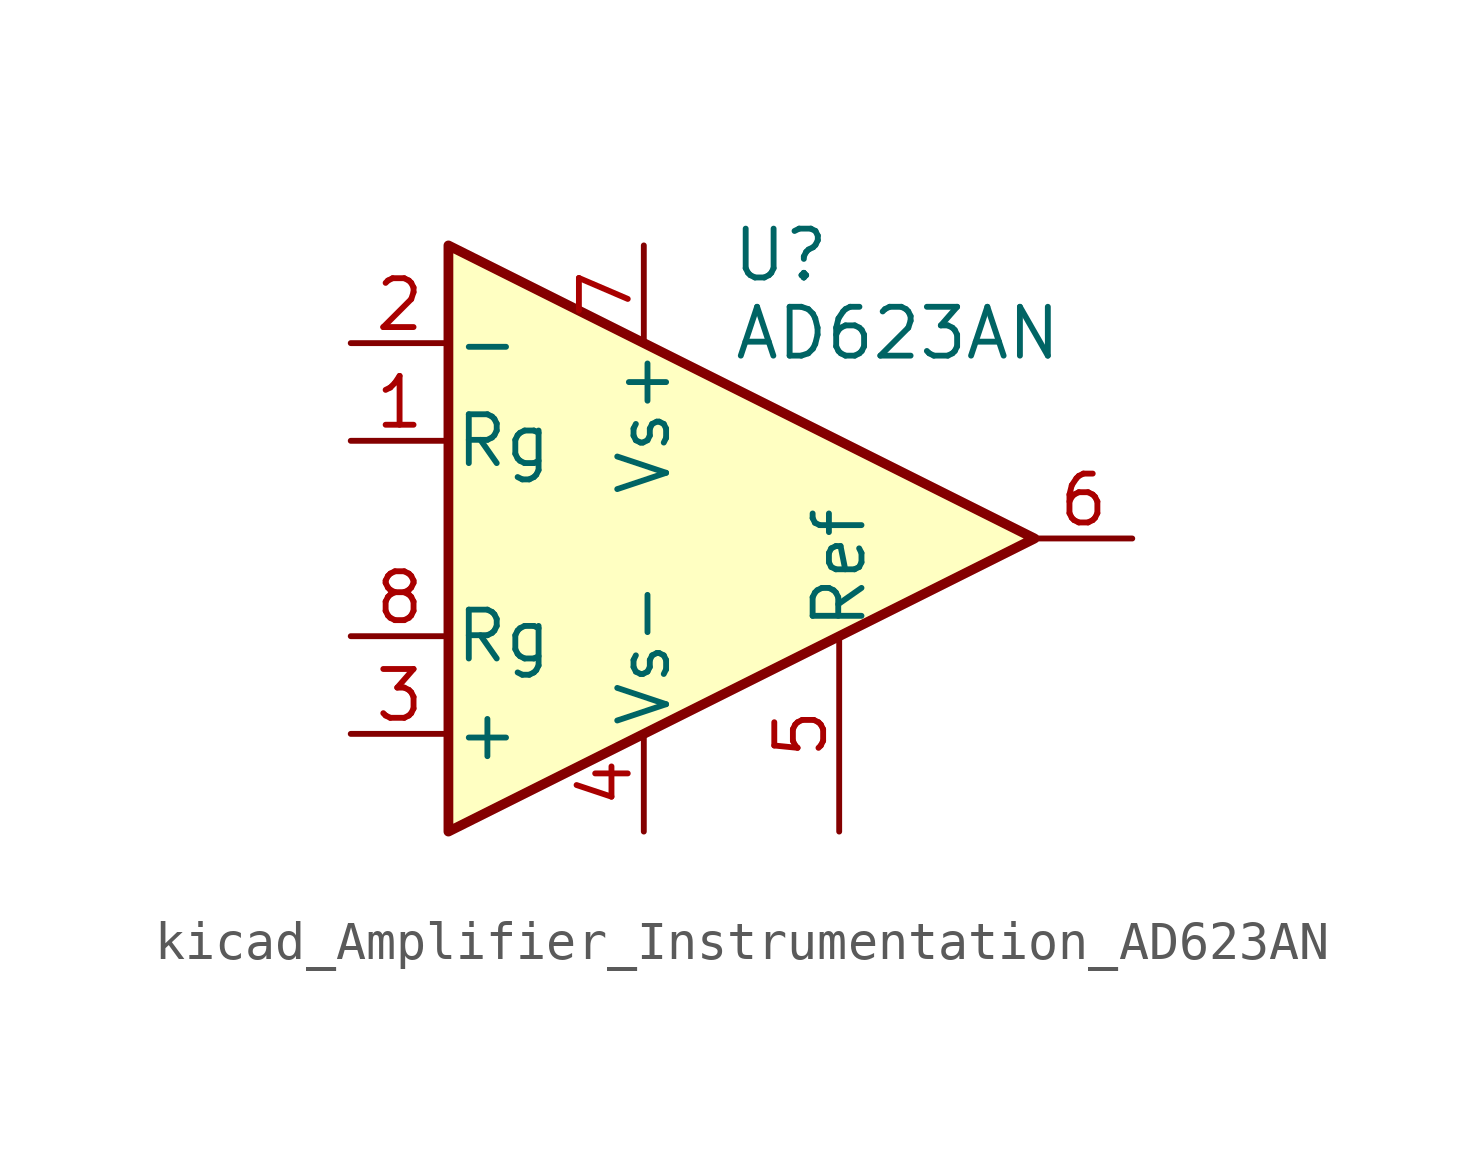
<source format=kicad_sym>
(kicad_symbol_lib
  (version 20220914)
  (generator kicad_symbol_editor)
  (symbol "kicad_Amplifier_Instrumentation_AD623AN"
    (pin_names
      (offset 0.127))
    (property "Reference" "U"
      (at 3.556 7.366 0)
      (effects (font (size 1.27 1.27))))
    (property "Value" "AD623AN"
      (at 6.604 5.334 0)
      (effects (font (size 1.27 1.27))))
    (symbol "kicad_Amplifier_Instrumentation_AD623AN_0_1"
      (polyline (pts (xy -5.08 7.62) (xy -5.08 -7.62) (xy 10.16 0) (xy -5.08 7.62)) (stroke (width 0.254) (type default)) (fill (type background))))
    (symbol "kicad_Amplifier_Instrumentation_AD623AN_1_1"
      (pin passive line (at -7.62 2.54 0) (length 2.54) (name "Rg" (effects (font (size 1.27 1.27)))) (number "1" (effects (font (size 1.27 1.27)))))
      (pin input line (at -7.62 5.08 0) (length 2.54) (name "-" (effects (font (size 1.27 1.27)))) (number "2" (effects (font (size 1.27 1.27)))))
      (pin input line (at -7.62 -5.08 0) (length 2.54) (name "+" (effects (font (size 1.27 1.27)))) (number "3" (effects (font (size 1.27 1.27)))))
      (pin power_in line (at 0 -7.62 90) (length 2.54) (name "Vs-" (effects (font (size 1.27 1.27)))) (number "4" (effects (font (size 1.27 1.27)))))
      (pin passive line (at 5.08 -7.62 90) (length 5.08) (name "Ref" (effects (font (size 1.27 1.27)))) (number "5" (effects (font (size 1.27 1.27)))))
      (pin output line (at 12.7 0 180) (length 2.54) (name "~" (effects (font (size 1.27 1.27)))) (number "6" (effects (font (size 1.27 1.27)))))
      (pin power_in line (at 0 7.62 270) (length 2.54) (name "Vs+" (effects (font (size 1.27 1.27)))) (number "7" (effects (font (size 1.27 1.27)))))
      (pin passive line (at -7.62 -2.54 0) (length 2.54) (name "Rg" (effects (font (size 1.27 1.27)))) (number "8" (effects (font (size 1.27 1.27))))))))
</source>
